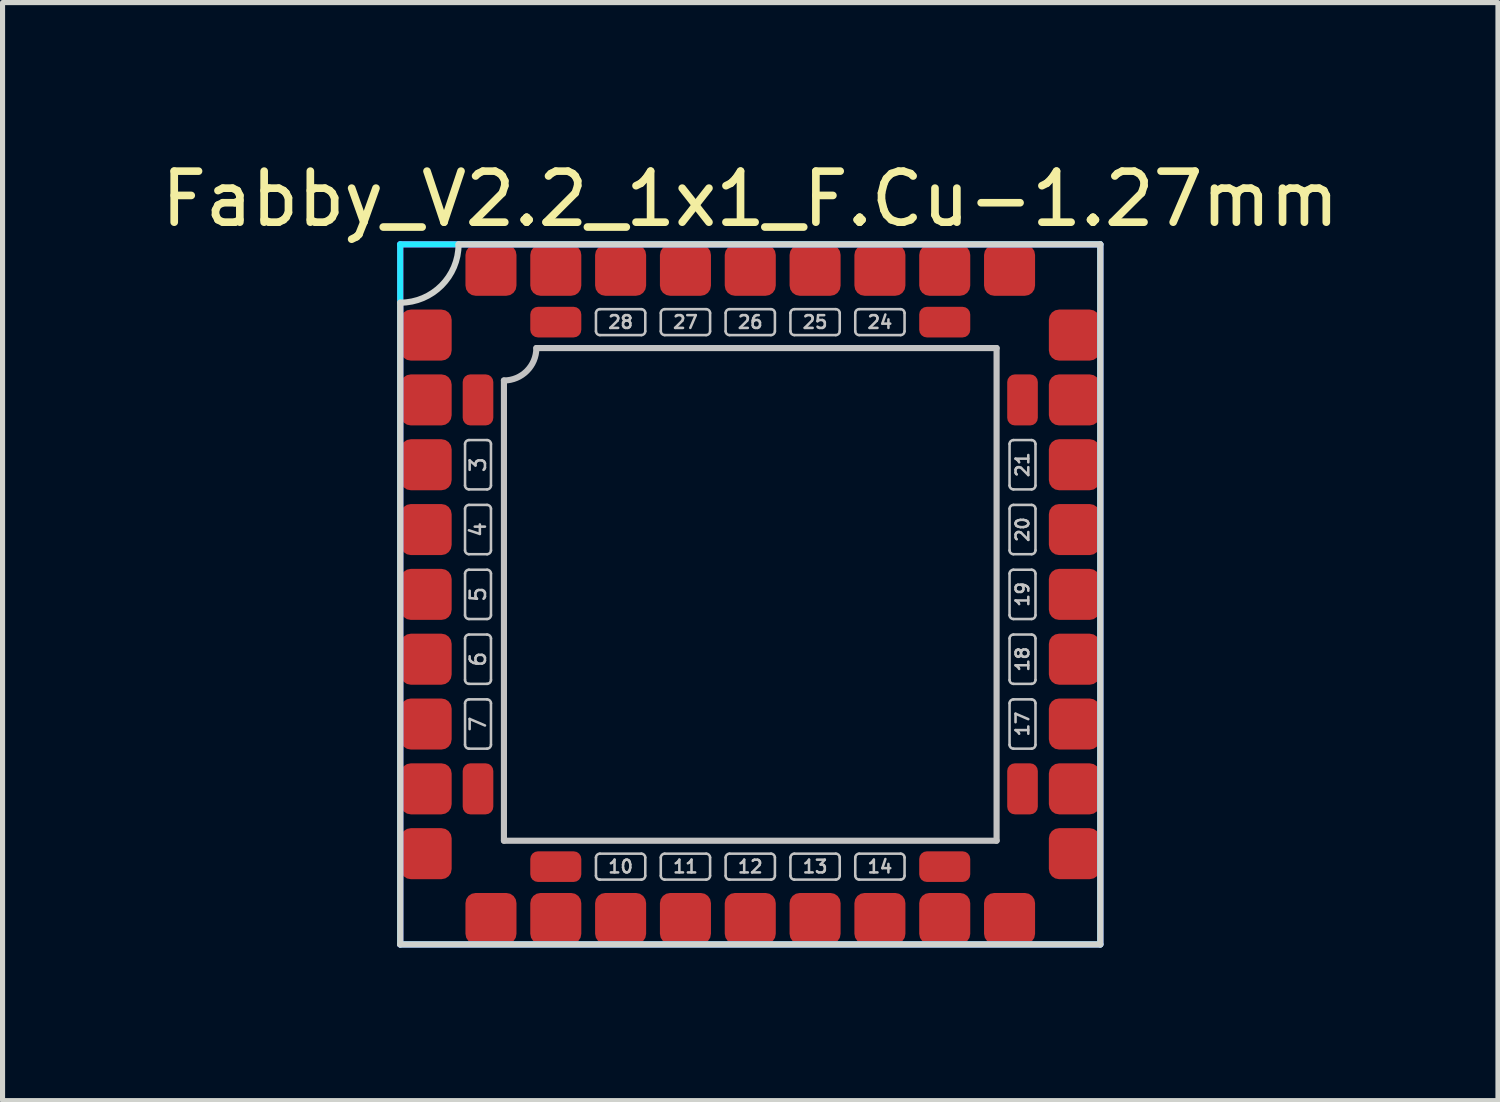
<source format=kicad_pcb>
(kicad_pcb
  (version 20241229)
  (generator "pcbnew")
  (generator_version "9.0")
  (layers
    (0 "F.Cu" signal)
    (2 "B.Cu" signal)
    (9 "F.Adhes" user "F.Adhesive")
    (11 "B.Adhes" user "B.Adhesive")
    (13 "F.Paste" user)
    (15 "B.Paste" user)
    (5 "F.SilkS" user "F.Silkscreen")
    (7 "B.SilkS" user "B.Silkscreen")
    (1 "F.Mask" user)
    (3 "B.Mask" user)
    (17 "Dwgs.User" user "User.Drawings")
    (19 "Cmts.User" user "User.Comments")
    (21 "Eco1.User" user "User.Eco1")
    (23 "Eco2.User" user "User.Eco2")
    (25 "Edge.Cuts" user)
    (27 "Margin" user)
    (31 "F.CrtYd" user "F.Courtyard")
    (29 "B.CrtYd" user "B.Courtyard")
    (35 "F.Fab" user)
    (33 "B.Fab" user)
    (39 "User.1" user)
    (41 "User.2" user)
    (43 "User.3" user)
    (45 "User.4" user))
  (footprint "Fabby_V2.2_1x1_F.Cu-1.27mm"
    (layer "F.Cu")
    (at 11.649 8.595)
    (property "Reference" "Fabby_V2.2_1x1_F.Cu-1.27mm" (at 0 -7.747 0) (layer "F.SilkS") (effects (font (size 1 1) (thickness 0.15))))
    (attr through_hole)
    (fp_line (start -5.588 -2.134) (end -5.588 -2.946) (stroke (width 0.05) (type solid)) (layer "Dwgs.User"))
    (fp_line (start -5.588 -0.864) (end -5.588 -1.676) (stroke (width 0.05) (type solid)) (layer "Dwgs.User"))
    (fp_line (start -5.588 0.406) (end -5.588 -0.406) (stroke (width 0.05) (type solid)) (layer "Dwgs.User"))
    (fp_line (start -5.588 1.676) (end -5.588 0.864) (stroke (width 0.05) (type solid)) (layer "Dwgs.User"))
    (fp_line (start -5.588 2.946) (end -5.588 2.134) (stroke (width 0.05) (type solid)) (layer "Dwgs.User"))
    (fp_line (start -5.512 -3.023) (end -5.156 -3.023) (stroke (width 0.05) (type solid)) (layer "Dwgs.User"))
    (fp_line (start -5.512 -2.057) (end -5.156 -2.057) (stroke (width 0.05) (type solid)) (layer "Dwgs.User"))
    (fp_line (start -5.512 -1.753) (end -5.156 -1.753) (stroke (width 0.05) (type solid)) (layer "Dwgs.User"))
    (fp_line (start -5.512 -0.787) (end -5.156 -0.787) (stroke (width 0.05) (type solid)) (layer "Dwgs.User"))
    (fp_line (start -5.512 -0.483) (end -5.156 -0.483) (stroke (width 0.05) (type solid)) (layer "Dwgs.User"))
    (fp_line (start -5.512 0.483) (end -5.156 0.483) (stroke (width 0.05) (type solid)) (layer "Dwgs.User"))
    (fp_line (start -5.512 0.787) (end -5.156 0.787) (stroke (width 0.05) (type solid)) (layer "Dwgs.User"))
    (fp_line (start -5.512 1.753) (end -5.156 1.753) (stroke (width 0.05) (type solid)) (layer "Dwgs.User"))
    (fp_line (start -5.512 2.057) (end -5.156 2.057) (stroke (width 0.05) (type solid)) (layer "Dwgs.User"))
    (fp_line (start -5.512 3.023) (end -5.156 3.023) (stroke (width 0.05) (type solid)) (layer "Dwgs.User"))
    (fp_line (start -5.08 -2.134) (end -5.08 -2.946) (stroke (width 0.05) (type solid)) (layer "Dwgs.User"))
    (fp_line (start -5.08 -0.864) (end -5.08 -1.676) (stroke (width 0.05) (type solid)) (layer "Dwgs.User"))
    (fp_line (start -5.08 0.406) (end -5.08 -0.406) (stroke (width 0.05) (type solid)) (layer "Dwgs.User"))
    (fp_line (start -5.08 1.676) (end -5.08 0.864) (stroke (width 0.05) (type solid)) (layer "Dwgs.User"))
    (fp_line (start -5.08 2.946) (end -5.08 2.134) (stroke (width 0.05) (type solid)) (layer "Dwgs.User"))
    (fp_line (start -4.826 4.826) (end -4.826 -4.191) (stroke (width 0.12) (type solid)) (layer "Dwgs.User"))
    (fp_line (start -4.191 -4.826) (end 4.826 -4.826) (stroke (width 0.12) (type solid)) (layer "Dwgs.User"))
    (fp_line (start -3.023 -5.156) (end -3.023 -5.512) (stroke (width 0.05) (type solid)) (layer "Dwgs.User"))
    (fp_line (start -3.023 5.512) (end -3.023 5.156) (stroke (width 0.05) (type solid)) (layer "Dwgs.User"))
    (fp_line (start -2.134 -5.588) (end -2.946 -5.588) (stroke (width 0.05) (type solid)) (layer "Dwgs.User"))
    (fp_line (start -2.134 -5.08) (end -2.946 -5.08) (stroke (width 0.05) (type solid)) (layer "Dwgs.User"))
    (fp_line (start -2.134 5.08) (end -2.946 5.08) (stroke (width 0.05) (type solid)) (layer "Dwgs.User"))
    (fp_line (start -2.134 5.588) (end -2.946 5.588) (stroke (width 0.05) (type solid)) (layer "Dwgs.User"))
    (fp_line (start -2.057 -5.156) (end -2.057 -5.512) (stroke (width 0.05) (type solid)) (layer "Dwgs.User"))
    (fp_line (start -2.057 5.512) (end -2.057 5.156) (stroke (width 0.05) (type solid)) (layer "Dwgs.User"))
    (fp_line (start -1.753 -5.156) (end -1.753 -5.512) (stroke (width 0.05) (type solid)) (layer "Dwgs.User"))
    (fp_line (start -1.753 5.512) (end -1.753 5.156) (stroke (width 0.05) (type solid)) (layer "Dwgs.User"))
    (fp_line (start -0.864 -5.588) (end -1.676 -5.588) (stroke (width 0.05) (type solid)) (layer "Dwgs.User"))
    (fp_line (start -0.864 -5.08) (end -1.676 -5.08) (stroke (width 0.05) (type solid)) (layer "Dwgs.User"))
    (fp_line (start -0.864 5.08) (end -1.676 5.08) (stroke (width 0.05) (type solid)) (layer "Dwgs.User"))
    (fp_line (start -0.864 5.588) (end -1.676 5.588) (stroke (width 0.05) (type solid)) (layer "Dwgs.User"))
    (fp_line (start -0.787 -5.156) (end -0.787 -5.512) (stroke (width 0.05) (type solid)) (layer "Dwgs.User"))
    (fp_line (start -0.787 5.512) (end -0.787 5.156) (stroke (width 0.05) (type solid)) (layer "Dwgs.User"))
    (fp_line (start -0.483 -5.156) (end -0.483 -5.512) (stroke (width 0.05) (type solid)) (layer "Dwgs.User"))
    (fp_line (start -0.483 5.512) (end -0.483 5.156) (stroke (width 0.05) (type solid)) (layer "Dwgs.User"))
    (fp_line (start 0.406 -5.588) (end -0.406 -5.588) (stroke (width 0.05) (type solid)) (layer "Dwgs.User"))
    (fp_line (start 0.406 -5.08) (end -0.406 -5.08) (stroke (width 0.05) (type solid)) (layer "Dwgs.User"))
    (fp_line (start 0.406 5.08) (end -0.406 5.08) (stroke (width 0.05) (type solid)) (layer "Dwgs.User"))
    (fp_line (start 0.406 5.588) (end -0.406 5.588) (stroke (width 0.05) (type solid)) (layer "Dwgs.User"))
    (fp_line (start 0.483 -5.156) (end 0.483 -5.512) (stroke (width 0.05) (type solid)) (layer "Dwgs.User"))
    (fp_line (start 0.483 5.512) (end 0.483 5.156) (stroke (width 0.05) (type solid)) (layer "Dwgs.User"))
    (fp_line (start 0.787 -5.156) (end 0.787 -5.512) (stroke (width 0.05) (type solid)) (layer "Dwgs.User"))
    (fp_line (start 0.787 5.512) (end 0.787 5.156) (stroke (width 0.05) (type solid)) (layer "Dwgs.User"))
    (fp_line (start 1.676 -5.588) (end 0.864 -5.588) (stroke (width 0.05) (type solid)) (layer "Dwgs.User"))
    (fp_line (start 1.676 -5.08) (end 0.864 -5.08) (stroke (width 0.05) (type solid)) (layer "Dwgs.User"))
    (fp_line (start 1.676 5.08) (end 0.864 5.08) (stroke (width 0.05) (type solid)) (layer "Dwgs.User"))
    (fp_line (start 1.676 5.588) (end 0.864 5.588) (stroke (width 0.05) (type solid)) (layer "Dwgs.User"))
    (fp_line (start 1.753 -5.156) (end 1.753 -5.512) (stroke (width 0.05) (type solid)) (layer "Dwgs.User"))
    (fp_line (start 1.753 5.512) (end 1.753 5.156) (stroke (width 0.05) (type solid)) (layer "Dwgs.User"))
    (fp_line (start 2.057 -5.156) (end 2.057 -5.512) (stroke (width 0.05) (type solid)) (layer "Dwgs.User"))
    (fp_line (start 2.057 5.512) (end 2.057 5.156) (stroke (width 0.05) (type solid)) (layer "Dwgs.User"))
    (fp_line (start 2.946 -5.588) (end 2.134 -5.588) (stroke (width 0.05) (type solid)) (layer "Dwgs.User"))
    (fp_line (start 2.946 -5.08) (end 2.134 -5.08) (stroke (width 0.05) (type solid)) (layer "Dwgs.User"))
    (fp_line (start 2.946 5.08) (end 2.134 5.08) (stroke (width 0.05) (type solid)) (layer "Dwgs.User"))
    (fp_line (start 2.946 5.588) (end 2.134 5.588) (stroke (width 0.05) (type solid)) (layer "Dwgs.User"))
    (fp_line (start 3.023 -5.156) (end 3.023 -5.512) (stroke (width 0.05) (type solid)) (layer "Dwgs.User"))
    (fp_line (start 3.023 5.512) (end 3.023 5.156) (stroke (width 0.05) (type solid)) (layer "Dwgs.User"))
    (fp_line (start 4.826 -4.826) (end 4.826 4.826) (stroke (width 0.12) (type solid)) (layer "Dwgs.User"))
    (fp_line (start 4.826 4.826) (end -4.826 4.826) (stroke (width 0.12) (type solid)) (layer "Dwgs.User"))
    (fp_line (start 5.08 -2.134) (end 5.08 -2.946) (stroke (width 0.05) (type solid)) (layer "Dwgs.User"))
    (fp_line (start 5.08 -0.864) (end 5.08 -1.676) (stroke (width 0.05) (type solid)) (layer "Dwgs.User"))
    (fp_line (start 5.08 0.406) (end 5.08 -0.406) (stroke (width 0.05) (type solid)) (layer "Dwgs.User"))
    (fp_line (start 5.08 1.676) (end 5.08 0.864) (stroke (width 0.05) (type solid)) (layer "Dwgs.User"))
    (fp_line (start 5.08 2.946) (end 5.08 2.134) (stroke (width 0.05) (type solid)) (layer "Dwgs.User"))
    (fp_line (start 5.156 -3.023) (end 5.512 -3.023) (stroke (width 0.05) (type solid)) (layer "Dwgs.User"))
    (fp_line (start 5.156 -2.057) (end 5.512 -2.057) (stroke (width 0.05) (type solid)) (layer "Dwgs.User"))
    (fp_line (start 5.156 -1.753) (end 5.512 -1.753) (stroke (width 0.05) (type solid)) (layer "Dwgs.User"))
    (fp_line (start 5.156 -0.787) (end 5.512 -0.787) (stroke (width 0.05) (type solid)) (layer "Dwgs.User"))
    (fp_line (start 5.156 -0.483) (end 5.512 -0.483) (stroke (width 0.05) (type solid)) (layer "Dwgs.User"))
    (fp_line (start 5.156 0.483) (end 5.512 0.483) (stroke (width 0.05) (type solid)) (layer "Dwgs.User"))
    (fp_line (start 5.156 0.787) (end 5.512 0.787) (stroke (width 0.05) (type solid)) (layer "Dwgs.User"))
    (fp_line (start 5.156 1.753) (end 5.512 1.753) (stroke (width 0.05) (type solid)) (layer "Dwgs.User"))
    (fp_line (start 5.156 2.057) (end 5.512 2.057) (stroke (width 0.05) (type solid)) (layer "Dwgs.User"))
    (fp_line (start 5.156 3.023) (end 5.512 3.023) (stroke (width 0.05) (type solid)) (layer "Dwgs.User"))
    (fp_line (start 5.588 -2.134) (end 5.588 -2.946) (stroke (width 0.05) (type solid)) (layer "Dwgs.User"))
    (fp_line (start 5.588 -0.864) (end 5.588 -1.676) (stroke (width 0.05) (type solid)) (layer "Dwgs.User"))
    (fp_line (start 5.588 0.406) (end 5.588 -0.406) (stroke (width 0.05) (type solid)) (layer "Dwgs.User"))
    (fp_line (start 5.588 1.676) (end 5.588 0.864) (stroke (width 0.05) (type solid)) (layer "Dwgs.User"))
    (fp_line (start 5.588 2.946) (end 5.588 2.134) (stroke (width 0.05) (type solid)) (layer "Dwgs.User"))
    (fp_arc (start -5.588 -2.9464) (mid -5.565682 -3.000282) (end -5.5118 -3.0226) (stroke (width 0.05) (type solid)) (layer "Dwgs.User"))
    (fp_arc (start -5.588 -1.6764) (mid -5.565682 -1.730282) (end -5.5118 -1.7526) (stroke (width 0.05) (type solid)) (layer "Dwgs.User"))
    (fp_arc (start -5.588 -0.4064) (mid -5.565682 -0.460282) (end -5.5118 -0.4826) (stroke (width 0.05) (type solid)) (layer "Dwgs.User"))
    (fp_arc (start -5.588 0.8636) (mid -5.565682 0.809718) (end -5.5118 0.7874) (stroke (width 0.05) (type solid)) (layer "Dwgs.User"))
    (fp_arc (start -5.588 2.1336) (mid -5.565682 2.079718) (end -5.5118 2.0574) (stroke (width 0.05) (type solid)) (layer "Dwgs.User"))
    (fp_arc (start -5.5118 -2.0574) (mid -5.565682 -2.079718) (end -5.588 -2.1336) (stroke (width 0.05) (type solid)) (layer "Dwgs.User"))
    (fp_arc (start -5.5118 -0.7874) (mid -5.565682 -0.809718) (end -5.588 -0.8636) (stroke (width 0.05) (type solid)) (layer "Dwgs.User"))
    (fp_arc (start -5.5118 0.4826) (mid -5.565682 0.460282) (end -5.588 0.4064) (stroke (width 0.05) (type solid)) (layer "Dwgs.User"))
    (fp_arc (start -5.5118 1.7526) (mid -5.565682 1.730282) (end -5.588 1.6764) (stroke (width 0.05) (type solid)) (layer "Dwgs.User"))
    (fp_arc (start -5.5118 3.0226) (mid -5.565682 3.000282) (end -5.588 2.9464) (stroke (width 0.05) (type solid)) (layer "Dwgs.User"))
    (fp_arc (start -5.1562 -3.0226) (mid -5.102318 -3.000282) (end -5.08 -2.9464) (stroke (width 0.05) (type solid)) (layer "Dwgs.User"))
    (fp_arc (start -5.1562 -1.7526) (mid -5.102318 -1.730282) (end -5.08 -1.6764) (stroke (width 0.05) (type solid)) (layer "Dwgs.User"))
    (fp_arc (start -5.1562 -0.4826) (mid -5.102318 -0.460282) (end -5.08 -0.4064) (stroke (width 0.05) (type solid)) (layer "Dwgs.User"))
    (fp_arc (start -5.1562 0.7874) (mid -5.102318 0.809718) (end -5.08 0.8636) (stroke (width 0.05) (type solid)) (layer "Dwgs.User"))
    (fp_arc (start -5.1562 2.0574) (mid -5.102318 2.079718) (end -5.08 2.1336) (stroke (width 0.05) (type solid)) (layer "Dwgs.User"))
    (fp_arc (start -5.08 -2.1336) (mid -5.102318 -2.079718) (end -5.1562 -2.0574) (stroke (width 0.05) (type solid)) (layer "Dwgs.User"))
    (fp_arc (start -5.08 -0.8636) (mid -5.102318 -0.809718) (end -5.1562 -0.7874) (stroke (width 0.05) (type solid)) (layer "Dwgs.User"))
    (fp_arc (start -5.08 0.4064) (mid -5.102318 0.460282) (end -5.1562 0.4826) (stroke (width 0.05) (type solid)) (layer "Dwgs.User"))
    (fp_arc (start -5.08 1.6764) (mid -5.102318 1.730282) (end -5.1562 1.7526) (stroke (width 0.05) (type solid)) (layer "Dwgs.User"))
    (fp_arc (start -5.08 2.9464) (mid -5.102318 3.000282) (end -5.1562 3.0226) (stroke (width 0.05) (type solid)) (layer "Dwgs.User"))
    (fp_arc (start -4.191 -4.826) (mid -4.376987 -4.376987) (end -4.826 -4.191) (stroke (width 0.12) (type solid)) (layer "Dwgs.User"))
    (fp_arc (start -3.0226 -5.5118) (mid -3.000282 -5.565682) (end -2.9464 -5.588) (stroke (width 0.05) (type solid)) (layer "Dwgs.User"))
    (fp_arc (start -3.0226 5.1562) (mid -3.000282 5.102318) (end -2.9464 5.08) (stroke (width 0.05) (type solid)) (layer "Dwgs.User"))
    (fp_arc (start -2.9464 -5.08) (mid -3.000282 -5.102318) (end -3.0226 -5.1562) (stroke (width 0.05) (type solid)) (layer "Dwgs.User"))
    (fp_arc (start -2.9464 5.588) (mid -3.000282 5.565682) (end -3.0226 5.5118) (stroke (width 0.05) (type solid)) (layer "Dwgs.User"))
    (fp_arc (start -2.1336 -5.588) (mid -2.079718 -5.565682) (end -2.0574 -5.5118) (stroke (width 0.05) (type solid)) (layer "Dwgs.User"))
    (fp_arc (start -2.1336 5.08) (mid -2.079718 5.102318) (end -2.0574 5.1562) (stroke (width 0.05) (type solid)) (layer "Dwgs.User"))
    (fp_arc (start -2.0574 -5.1562) (mid -2.079718 -5.102318) (end -2.1336 -5.08) (stroke (width 0.05) (type solid)) (layer "Dwgs.User"))
    (fp_arc (start -2.0574 5.5118) (mid -2.079718 5.565682) (end -2.1336 5.588) (stroke (width 0.05) (type solid)) (layer "Dwgs.User"))
    (fp_arc (start -1.7526 -5.5118) (mid -1.730282 -5.565682) (end -1.6764 -5.588) (stroke (width 0.05) (type solid)) (layer "Dwgs.User"))
    (fp_arc (start -1.7526 5.1562) (mid -1.730282 5.102318) (end -1.6764 5.08) (stroke (width 0.05) (type solid)) (layer "Dwgs.User"))
    (fp_arc (start -1.6764 -5.08) (mid -1.730282 -5.102318) (end -1.7526 -5.1562) (stroke (width 0.05) (type solid)) (layer "Dwgs.User"))
    (fp_arc (start -1.6764 5.588) (mid -1.730282 5.565682) (end -1.7526 5.5118) (stroke (width 0.05) (type solid)) (layer "Dwgs.User"))
    (fp_arc (start -0.8636 -5.588) (mid -0.809718 -5.565682) (end -0.7874 -5.5118) (stroke (width 0.05) (type solid)) (layer "Dwgs.User"))
    (fp_arc (start -0.8636 5.08) (mid -0.809718 5.102318) (end -0.7874 5.1562) (stroke (width 0.05) (type solid)) (layer "Dwgs.User"))
    (fp_arc (start -0.7874 -5.1562) (mid -0.809718 -5.102318) (end -0.8636 -5.08) (stroke (width 0.05) (type solid)) (layer "Dwgs.User"))
    (fp_arc (start -0.7874 5.5118) (mid -0.809718 5.565682) (end -0.8636 5.588) (stroke (width 0.05) (type solid)) (layer "Dwgs.User"))
    (fp_arc (start -0.4826 -5.5118) (mid -0.460282 -5.565682) (end -0.4064 -5.588) (stroke (width 0.05) (type solid)) (layer "Dwgs.User"))
    (fp_arc (start -0.4826 5.1562) (mid -0.460282 5.102318) (end -0.4064 5.08) (stroke (width 0.05) (type solid)) (layer "Dwgs.User"))
    (fp_arc (start -0.4064 -5.08) (mid -0.460282 -5.102318) (end -0.4826 -5.1562) (stroke (width 0.05) (type solid)) (layer "Dwgs.User"))
    (fp_arc (start -0.4064 5.588) (mid -0.460282 5.565682) (end -0.4826 5.5118) (stroke (width 0.05) (type solid)) (layer "Dwgs.User"))
    (fp_arc (start 0.4064 -5.588) (mid 0.460282 -5.565682) (end 0.4826 -5.5118) (stroke (width 0.05) (type solid)) (layer "Dwgs.User"))
    (fp_arc (start 0.4064 5.08) (mid 0.460282 5.102318) (end 0.4826 5.1562) (stroke (width 0.05) (type solid)) (layer "Dwgs.User"))
    (fp_arc (start 0.4826 -5.1562) (mid 0.460282 -5.102318) (end 0.4064 -5.08) (stroke (width 0.05) (type solid)) (layer "Dwgs.User"))
    (fp_arc (start 0.4826 5.5118) (mid 0.460282 5.565682) (end 0.4064 5.588) (stroke (width 0.05) (type solid)) (layer "Dwgs.User"))
    (fp_arc (start 0.7874 -5.5118) (mid 0.809718 -5.565682) (end 0.8636 -5.588) (stroke (width 0.05) (type solid)) (layer "Dwgs.User"))
    (fp_arc (start 0.7874 5.1562) (mid 0.809718 5.102318) (end 0.8636 5.08) (stroke (width 0.05) (type solid)) (layer "Dwgs.User"))
    (fp_arc (start 0.8636 -5.08) (mid 0.809718 -5.102318) (end 0.7874 -5.1562) (stroke (width 0.05) (type solid)) (layer "Dwgs.User"))
    (fp_arc (start 0.8636 5.588) (mid 0.809718 5.565682) (end 0.7874 5.5118) (stroke (width 0.05) (type solid)) (layer "Dwgs.User"))
    (fp_arc (start 1.6764 -5.588) (mid 1.730282 -5.565682) (end 1.7526 -5.5118) (stroke (width 0.05) (type solid)) (layer "Dwgs.User"))
    (fp_arc (start 1.6764 5.08) (mid 1.730282 5.102318) (end 1.7526 5.1562) (stroke (width 0.05) (type solid)) (layer "Dwgs.User"))
    (fp_arc (start 1.7526 -5.1562) (mid 1.730282 -5.102318) (end 1.6764 -5.08) (stroke (width 0.05) (type solid)) (layer "Dwgs.User"))
    (fp_arc (start 1.7526 5.5118) (mid 1.730282 5.565682) (end 1.6764 5.588) (stroke (width 0.05) (type solid)) (layer "Dwgs.User"))
    (fp_arc (start 2.0574 -5.5118) (mid 2.079718 -5.565682) (end 2.1336 -5.588) (stroke (width 0.05) (type solid)) (layer "Dwgs.User"))
    (fp_arc (start 2.0574 5.1562) (mid 2.079718 5.102318) (end 2.1336 5.08) (stroke (width 0.05) (type solid)) (layer "Dwgs.User"))
    (fp_arc (start 2.1336 -5.08) (mid 2.079718 -5.102318) (end 2.0574 -5.1562) (stroke (width 0.05) (type solid)) (layer "Dwgs.User"))
    (fp_arc (start 2.1336 5.588) (mid 2.079718 5.565682) (end 2.0574 5.5118) (stroke (width 0.05) (type solid)) (layer "Dwgs.User"))
    (fp_arc (start 2.9464 -5.588) (mid 3.000282 -5.565682) (end 3.0226 -5.5118) (stroke (width 0.05) (type solid)) (layer "Dwgs.User"))
    (fp_arc (start 2.9464 5.08) (mid 3.000282 5.102318) (end 3.0226 5.1562) (stroke (width 0.05) (type solid)) (layer "Dwgs.User"))
    (fp_arc (start 3.0226 -5.1562) (mid 3.000282 -5.102318) (end 2.9464 -5.08) (stroke (width 0.05) (type solid)) (layer "Dwgs.User"))
    (fp_arc (start 3.0226 5.5118) (mid 3.000282 5.565682) (end 2.9464 5.588) (stroke (width 0.05) (type solid)) (layer "Dwgs.User"))
    (fp_arc (start 5.08 -2.9464) (mid 5.102318 -3.000282) (end 5.1562 -3.0226) (stroke (width 0.05) (type solid)) (layer "Dwgs.User"))
    (fp_arc (start 5.08 -1.6764) (mid 5.102318 -1.730282) (end 5.1562 -1.7526) (stroke (width 0.05) (type solid)) (layer "Dwgs.User"))
    (fp_arc (start 5.08 -0.4064) (mid 5.102318 -0.460282) (end 5.1562 -0.4826) (stroke (width 0.05) (type solid)) (layer "Dwgs.User"))
    (fp_arc (start 5.08 0.8636) (mid 5.102318 0.809718) (end 5.1562 0.7874) (stroke (width 0.05) (type solid)) (layer "Dwgs.User"))
    (fp_arc (start 5.08 2.1336) (mid 5.102318 2.079718) (end 5.1562 2.0574) (stroke (width 0.05) (type solid)) (layer "Dwgs.User"))
    (fp_arc (start 5.1562 -2.0574) (mid 5.102318 -2.079718) (end 5.08 -2.1336) (stroke (width 0.05) (type solid)) (layer "Dwgs.User"))
    (fp_arc (start 5.1562 -0.7874) (mid 5.102318 -0.809718) (end 5.08 -0.8636) (stroke (width 0.05) (type solid)) (layer "Dwgs.User"))
    (fp_arc (start 5.1562 0.4826) (mid 5.102318 0.460282) (end 5.08 0.4064) (stroke (width 0.05) (type solid)) (layer "Dwgs.User"))
    (fp_arc (start 5.1562 1.7526) (mid 5.102318 1.730282) (end 5.08 1.6764) (stroke (width 0.05) (type solid)) (layer "Dwgs.User"))
    (fp_arc (start 5.1562 3.0226) (mid 5.102318 3.000282) (end 5.08 2.9464) (stroke (width 0.05) (type solid)) (layer "Dwgs.User"))
    (fp_arc (start 5.5118 -3.0226) (mid 5.565682 -3.000282) (end 5.588 -2.9464) (stroke (width 0.05) (type solid)) (layer "Dwgs.User"))
    (fp_arc (start 5.5118 -1.7526) (mid 5.565682 -1.730282) (end 5.588 -1.6764) (stroke (width 0.05) (type solid)) (layer "Dwgs.User"))
    (fp_arc (start 5.5118 -0.4826) (mid 5.565682 -0.460282) (end 5.588 -0.4064) (stroke (width 0.05) (type solid)) (layer "Dwgs.User"))
    (fp_arc (start 5.5118 0.7874) (mid 5.565682 0.809718) (end 5.588 0.8636) (stroke (width 0.05) (type solid)) (layer "Dwgs.User"))
    (fp_arc (start 5.5118 2.0574) (mid 5.565682 2.079718) (end 5.588 2.1336) (stroke (width 0.05) (type solid)) (layer "Dwgs.User"))
    (fp_arc (start 5.588 -2.1336) (mid 5.565682 -2.079718) (end 5.5118 -2.0574) (stroke (width 0.05) (type solid)) (layer "Dwgs.User"))
    (fp_arc (start 5.588 -0.8636) (mid 5.565682 -0.809718) (end 5.5118 -0.7874) (stroke (width 0.05) (type solid)) (layer "Dwgs.User"))
    (fp_arc (start 5.588 0.4064) (mid 5.565682 0.460282) (end 5.5118 0.4826) (stroke (width 0.05) (type solid)) (layer "Dwgs.User"))
    (fp_arc (start 5.588 1.6764) (mid 5.565682 1.730282) (end 5.5118 1.7526) (stroke (width 0.05) (type solid)) (layer "Dwgs.User"))
    (fp_arc (start 5.588 2.9464) (mid 5.565682 3.000282) (end 5.5118 3.0226) (stroke (width 0.05) (type solid)) (layer "Dwgs.User"))
    (fp_line (start -6.858 -5.715) (end -6.858 6.858) (stroke (width 0.12) (type solid)) (layer "Edge.Cuts"))
    (fp_line (start -6.858 6.858) (end 6.858 6.858) (stroke (width 0.12) (type solid)) (layer "Edge.Cuts"))
    (fp_line (start -5.715 -6.858) (end 6.858 -6.858) (stroke (width 0.12) (type solid)) (layer "Edge.Cuts"))
    (fp_line (start 6.858 -6.858) (end 6.858 6.858) (stroke (width 0.12) (type solid)) (layer "Edge.Cuts"))
    (fp_arc (start -5.715 -6.858) (mid -6.049777 -6.049777) (end -6.858 -5.715) (stroke (width 0.12) (type solid)) (layer "Edge.Cuts"))
    (fp_line (start -6.858 -6.858) (end 6.858 -6.858) (stroke (width 0.12) (type solid)) (layer "B.CrtYd"))
    (fp_line (start -6.858 6.858) (end -6.858 -6.858) (stroke (width 0.12) (type solid)) (layer "B.CrtYd"))
    (fp_line (start 6.858 -6.858) (end 6.858 6.858) (stroke (width 0.12) (type solid)) (layer "B.CrtYd"))
    (fp_line (start 6.858 6.858) (end -6.858 6.858) (stroke (width 0.12) (type solid)) (layer "B.CrtYd"))
    (fp_line (start -6.858 -6.858) (end 6.858 -6.858) (stroke (width 0.12) (type solid)) (layer "F.CrtYd"))
    (fp_line (start -6.858 6.858) (end -6.858 -6.858) (stroke (width 0.12) (type solid)) (layer "F.CrtYd"))
    (fp_line (start 6.858 -6.858) (end 6.858 6.858) (stroke (width 0.12) (type solid)) (layer "F.CrtYd"))
    (fp_line (start 6.858 6.858) (end -6.858 6.858) (stroke (width 0.12) (type solid)) (layer "F.CrtYd"))
    (fp_text user "26" (at 0 -5.334 0) (layer "Dwgs.User") (effects (font (size 0.25 0.25) (thickness 0.05))))
    (fp_text user "6" (at -5.334 1.27 90) (layer "Dwgs.User") (effects (font (size 0.3 0.3) (thickness 0.05))))
    (fp_text user "24" (at 2.54 -5.334 0) (layer "Dwgs.User") (effects (font (size 0.25 0.25) (thickness 0.05))))
    (fp_text user "7" (at -5.334 2.54 90) (layer "Dwgs.User") (effects (font (size 0.3 0.3) (thickness 0.05))))
    (fp_text user "10" (at -2.54 5.334 0) (layer "Dwgs.User") (effects (font (size 0.25 0.25) (thickness 0.05))))
    (fp_text user "19" (at 5.334 0 270) (layer "Dwgs.User") (effects (font (size 0.25 0.25) (thickness 0.05))))
    (fp_text user "17" (at 5.334 2.54 270) (layer "Dwgs.User") (effects (font (size 0.25 0.25) (thickness 0.05))))
    (fp_text user "21" (at 5.334 -2.54 270) (layer "Dwgs.User") (effects (font (size 0.25 0.25) (thickness 0.05))))
    (fp_text user "20" (at 5.334 -1.27 270) (layer "Dwgs.User") (effects (font (size 0.25 0.25) (thickness 0.05))))
    (fp_text user "5" (at -5.334 0 90) (layer "Dwgs.User") (effects (font (size 0.3 0.3) (thickness 0.05))))
    (fp_text user "11" (at -1.27 5.334 0) (layer "Dwgs.User") (effects (font (size 0.25 0.25) (thickness 0.05))))
    (fp_text user "27" (at -1.27 -5.334 0) (layer "Dwgs.User") (effects (font (size 0.25 0.25) (thickness 0.05))))
    (fp_text user "18" (at 5.334 1.27 270) (layer "Dwgs.User") (effects (font (size 0.25 0.25) (thickness 0.05))))
    (fp_text user "28" (at -2.54 -5.334 0) (layer "Dwgs.User") (effects (font (size 0.25 0.25) (thickness 0.05))))
    (fp_text user "4" (at -5.334 -1.27 90) (layer "Dwgs.User") (effects (font (size 0.3 0.3) (thickness 0.05))))
    (fp_text user "25" (at 1.27 -5.334 0) (layer "Dwgs.User") (effects (font (size 0.25 0.25) (thickness 0.05))))
    (fp_text user "13" (at 1.27 5.334 0) (layer "Dwgs.User") (effects (font (size 0.25 0.25) (thickness 0.05))))
    (fp_text user "14" (at 2.54 5.334 0) (layer "Dwgs.User") (effects (font (size 0.25 0.25) (thickness 0.05))))
    (fp_text user "12" (at 0 5.334 0) (layer "Dwgs.User") (effects (font (size 0.25 0.25) (thickness 0.05))))
    (fp_text user "3" (at -5.334 -2.54 90) (layer "Dwgs.User") (effects (font (size 0.3 0.3) (thickness 0.05))))
    (pad "" smd roundrect (at -6.35 -3.81 270) (size 1 1) (layers "F.Cu" "F.Mask" "F.Paste") (roundrect_rratio 0.2))
    (pad "" smd roundrect (at -6.35 3.81 270) (size 1 1) (layers "F.Cu" "F.Mask" "F.Paste") (roundrect_rratio 0.2))
    (pad "" smd roundrect (at -3.81 -6.35 270) (size 1 1) (layers "F.Cu" "F.Mask" "F.Paste") (roundrect_rratio 0.2))
    (pad "" smd roundrect (at -3.81 6.35 270) (size 1 1) (layers "F.Cu" "F.Mask" "F.Paste") (roundrect_rratio 0.2))
    (pad "" smd roundrect (at 3.81 -6.35 270) (size 1 1) (layers "F.Cu" "F.Mask" "F.Paste") (roundrect_rratio 0.2))
    (pad "" smd roundrect (at 3.81 6.35 270) (size 1 1) (layers "F.Cu" "F.Mask" "F.Paste") (roundrect_rratio 0.2))
    (pad "" smd roundrect (at 6.35 -3.81 270) (size 1 1) (layers "F.Cu" "F.Mask" "F.Paste") (roundrect_rratio 0.2))
    (pad "" smd roundrect (at 6.35 3.81 270) (size 1 1) (layers "F.Cu" "F.Mask" "F.Paste") (roundrect_rratio 0.2))
    (pad "1" smd roundrect (at -6.35 -5.08 270) (size 1 1) (layers "F.Cu" "F.Mask" "F.Paste") (roundrect_rratio 0.2))
    (pad "1" smd roundrect (at -6.35 5.08 270) (size 1 1) (layers "F.Cu" "F.Mask" "F.Paste") (roundrect_rratio 0.2))
    (pad "1" smd roundrect (at -5.08 -6.35 270) (size 1 1) (layers "F.Cu" "F.Mask" "F.Paste") (roundrect_rratio 0.2))
    (pad "1" smd roundrect (at -5.08 6.35 270) (size 1 1) (layers "F.Cu" "F.Mask" "F.Paste") (roundrect_rratio 0.2))
    (pad "1" smd roundrect (at 5.08 -6.35 270) (size 1 1) (layers "F.Cu" "F.Mask" "F.Paste") (roundrect_rratio 0.2))
    (pad "1" smd roundrect (at 5.08 6.35 270) (size 1 1) (layers "F.Cu" "F.Mask" "F.Paste") (roundrect_rratio 0.2))
    (pad "1" smd roundrect (at 6.35 -5.08 270) (size 1 1) (layers "F.Cu" "F.Mask" "F.Paste") (roundrect_rratio 0.2))
    (pad "1" smd roundrect (at 6.35 5.08 270) (size 1 1) (layers "F.Cu" "F.Mask" "F.Paste") (roundrect_rratio 0.2))
    (pad "2" smd roundrect (at -5.334 -3.81) (size 0.6 1) (layers "F.Cu" "F.Mask" "F.Paste") (roundrect_rratio 0.25))
    (pad "3" smd roundrect (at -6.35 -2.54 270) (size 1 1) (layers "F.Cu" "F.Mask" "F.Paste") (roundrect_rratio 0.2))
    (pad "4" smd roundrect (at -6.35 -1.27 270) (size 1 1) (layers "F.Cu" "F.Mask" "F.Paste") (roundrect_rratio 0.2))
    (pad "5" smd roundrect (at -6.35 0 270) (size 1 1) (layers "F.Cu" "F.Mask" "F.Paste") (roundrect_rratio 0.2))
    (pad "6" smd roundrect (at -6.35 1.27 270) (size 1 1) (layers "F.Cu" "F.Mask" "F.Paste") (roundrect_rratio 0.2))
    (pad "7" smd roundrect (at -6.35 2.54 270) (size 1 1) (layers "F.Cu" "F.Mask" "F.Paste") (roundrect_rratio 0.2))
    (pad "8" smd roundrect (at -5.334 3.81) (size 0.6 1) (layers "F.Cu" "F.Mask" "F.Paste") (roundrect_rratio 0.25))
    (pad "9" smd roundrect (at -3.81 5.334 90) (size 0.6 1) (layers "F.Cu" "F.Mask" "F.Paste") (roundrect_rratio 0.25))
    (pad "10" smd roundrect (at -2.54 6.35 270) (size 1 1) (layers "F.Cu" "F.Mask" "F.Paste") (roundrect_rratio 0.2))
    (pad "11" smd roundrect (at -1.27 6.35 270) (size 1 1) (layers "F.Cu" "F.Mask" "F.Paste") (roundrect_rratio 0.2))
    (pad "12" smd roundrect (at 0 6.35 270) (size 1 1) (layers "F.Cu" "F.Mask" "F.Paste") (roundrect_rratio 0.2))
    (pad "13" smd roundrect (at 1.27 6.35 270) (size 1 1) (layers "F.Cu" "F.Mask" "F.Paste") (roundrect_rratio 0.2))
    (pad "14" smd roundrect (at 2.54 6.35 270) (size 1 1) (layers "F.Cu" "F.Mask" "F.Paste") (roundrect_rratio 0.2))
    (pad "15" smd roundrect (at 3.81 5.334 90) (size 0.6 1) (layers "F.Cu" "F.Mask" "F.Paste") (roundrect_rratio 0.25))
    (pad "16" smd roundrect (at 5.334 3.81 180) (size 0.6 1) (layers "F.Cu" "F.Mask" "F.Paste") (roundrect_rratio 0.25))
    (pad "17" smd roundrect (at 6.35 2.54 270) (size 1 1) (layers "F.Cu" "F.Mask" "F.Paste") (roundrect_rratio 0.2))
    (pad "18" smd roundrect (at 6.35 1.27 270) (size 1 1) (layers "F.Cu" "F.Mask" "F.Paste") (roundrect_rratio 0.2))
    (pad "19" smd roundrect (at 6.35 0 270) (size 1 1) (layers "F.Cu" "F.Mask" "F.Paste") (roundrect_rratio 0.2))
    (pad "20" smd roundrect (at 6.35 -1.27 270) (size 1 1) (layers "F.Cu" "F.Mask" "F.Paste") (roundrect_rratio 0.2))
    (pad "21" smd roundrect (at 6.35 -2.54 270) (size 1 1) (layers "F.Cu" "F.Mask" "F.Paste") (roundrect_rratio 0.2))
    (pad "22" smd roundrect (at 5.334 -3.81 180) (size 0.6 1) (layers "F.Cu" "F.Mask" "F.Paste") (roundrect_rratio 0.25))
    (pad "23" smd roundrect (at 3.81 -5.334 270) (size 0.6 1) (layers "F.Cu" "F.Mask" "F.Paste") (roundrect_rratio 0.25))
    (pad "24" smd roundrect (at 2.54 -6.35 270) (size 1 1) (layers "F.Cu" "F.Mask" "F.Paste") (roundrect_rratio 0.2))
    (pad "25" smd roundrect (at 1.27 -6.35 270) (size 1 1) (layers "F.Cu" "F.Mask" "F.Paste") (roundrect_rratio 0.2))
    (pad "26" smd roundrect (at 0 -6.35 270) (size 1 1) (layers "F.Cu" "F.Mask" "F.Paste") (roundrect_rratio 0.2))
    (pad "27" smd roundrect (at -1.27 -6.35 270) (size 1 1) (layers "F.Cu" "F.Mask" "F.Paste") (roundrect_rratio 0.2))
    (pad "28" smd roundrect (at -2.54 -6.35 270) (size 1 1) (layers "F.Cu" "F.Mask" "F.Paste") (roundrect_rratio 0.2))
    (pad "29" smd roundrect (at -3.81 -5.334 270) (size 0.6 1) (layers "F.Cu" "F.Mask" "F.Paste") (roundrect_rratio 0.25)))
  (gr_rect
    (start -3 -3)
    (end 26.298 18.513)
    (stroke (width 0.1) (type default))
    (fill no)
    (layer "Edge.Cuts")))
</source>
